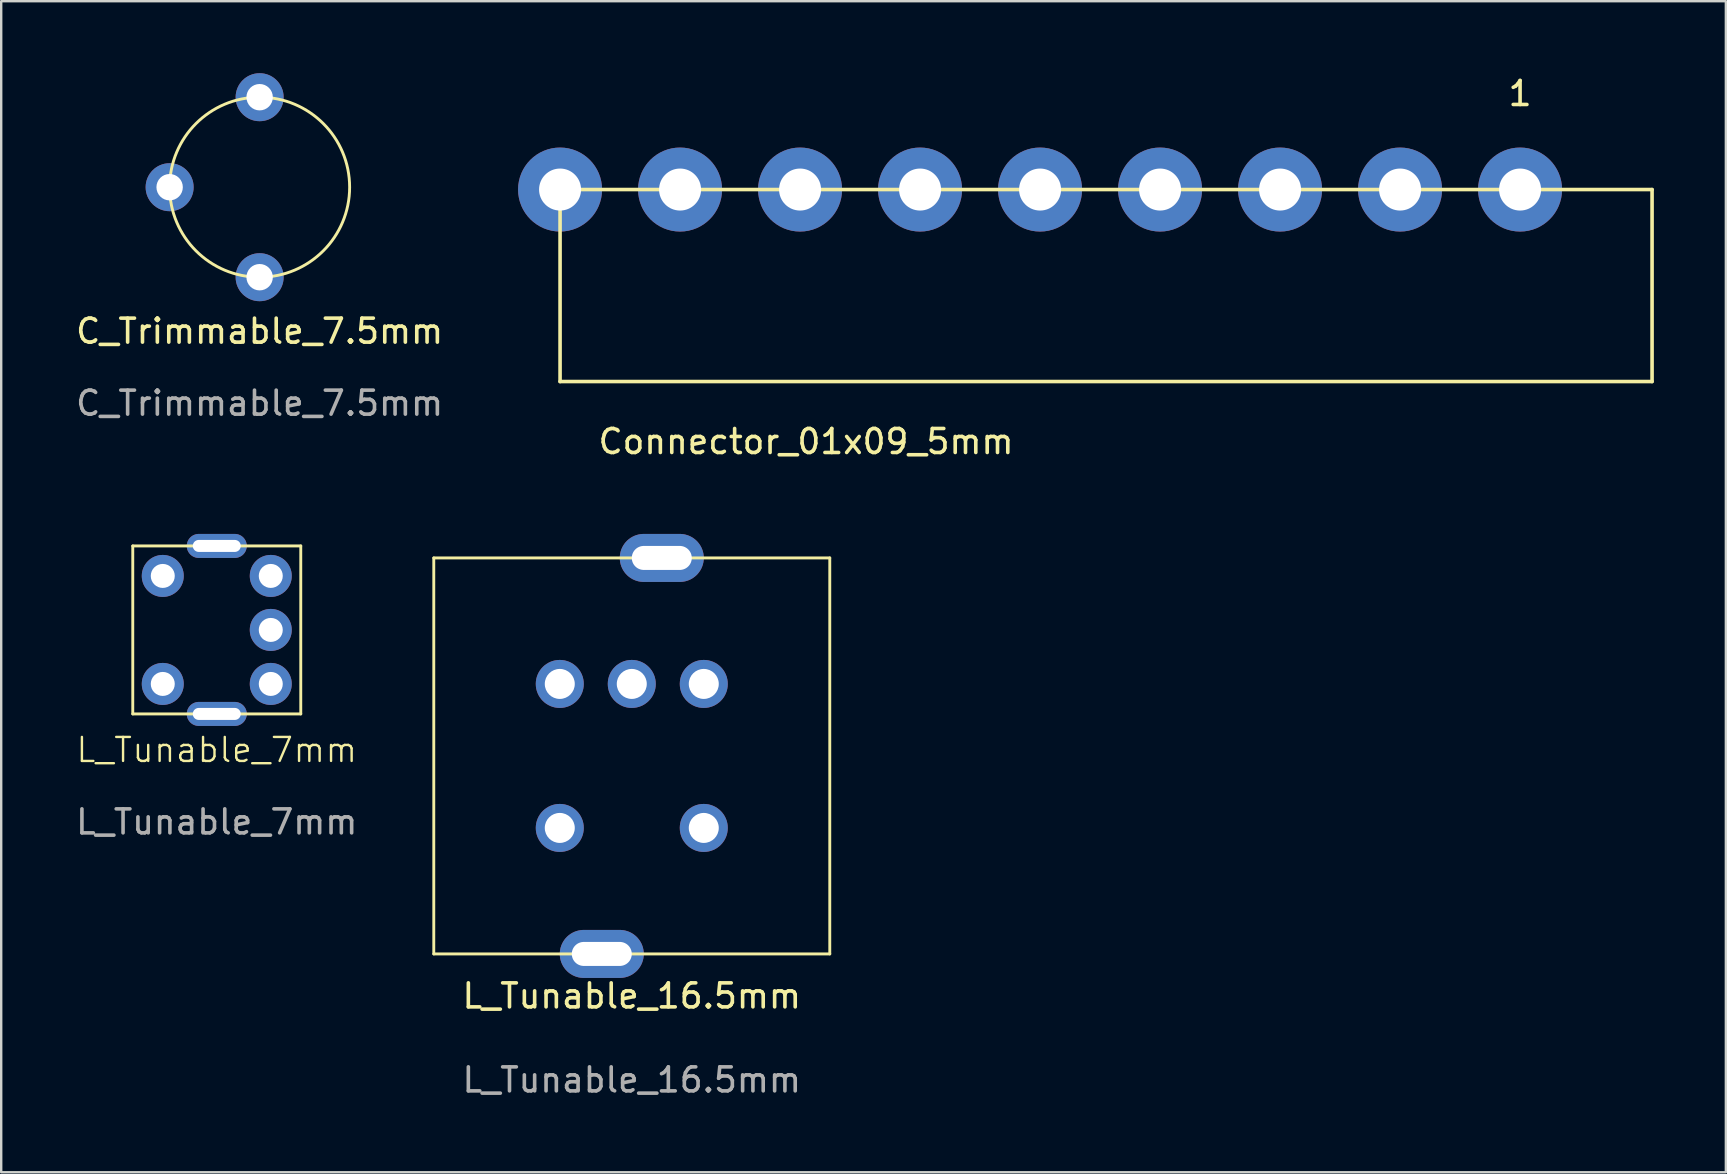
<source format=kicad_pcb>
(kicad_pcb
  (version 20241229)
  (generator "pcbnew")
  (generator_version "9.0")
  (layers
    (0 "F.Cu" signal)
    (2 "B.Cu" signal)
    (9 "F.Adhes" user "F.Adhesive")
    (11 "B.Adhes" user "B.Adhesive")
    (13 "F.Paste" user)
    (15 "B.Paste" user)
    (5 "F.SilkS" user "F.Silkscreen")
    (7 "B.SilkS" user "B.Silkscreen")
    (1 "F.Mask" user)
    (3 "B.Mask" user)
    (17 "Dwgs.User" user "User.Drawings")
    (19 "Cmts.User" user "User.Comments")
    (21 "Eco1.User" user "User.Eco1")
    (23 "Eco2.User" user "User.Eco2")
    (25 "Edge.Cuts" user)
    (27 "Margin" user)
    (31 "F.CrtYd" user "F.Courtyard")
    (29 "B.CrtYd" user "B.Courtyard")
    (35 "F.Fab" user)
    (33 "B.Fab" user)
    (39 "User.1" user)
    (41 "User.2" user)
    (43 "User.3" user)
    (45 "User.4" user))
  (footprint "C_Trimmable_7.5mm"
    (layer "F.Cu")
    (at 7.768 4.75)
    (property "Reference" "C_Trimmable_7.5mm" (at 0 6 0) (unlocked yes) (layer "F.SilkS") (effects (font (size 1 1) (thickness 0.15))))
    (attr through_hole)
    (fp_circle (center 0 0) (end 3.75 0) (stroke (width 0.12) (type default)) (fill no) (layer "F.SilkS"))
    (fp_text user "${REFERENCE}" (at 0 9 0) (unlocked yes) (layer "F.Fab") (effects (font (size 1 1) (thickness 0.15))))
    (pad "1" thru_hole circle (at -3.75 0) (size 2 2) (drill 1.1) (layers "*.Cu" "B.Mask"))
    (pad "2" thru_hole circle (at 0 -3.75) (size 2 2) (drill 1.1) (layers "*.Cu" "B.Mask"))
    (pad "2" thru_hole circle (at 0 3.75) (size 2 2) (drill 1.1) (layers "*.Cu" "B.Mask")))
  (footprint "L_Tunable_7mm"
    (layer "F.Cu")
    (at 5.982 23.197)
    (property "Reference" "L_Tunable_7mm" (at 0 5 0) (unlocked yes) (layer "F.SilkS") (effects (font (size 1 1) (thickness 0.1))))
    (attr through_hole)
    (fp_line (start -3.5 -3.5) (end -1 -3.5) (stroke (width 0.12) (type default)) (layer "F.SilkS"))
    (fp_line (start -3.5 3.5) (end -3.5 -3.5) (stroke (width 0.12) (type default)) (layer "F.SilkS"))
    (fp_line (start -1 3.5) (end -3.5 3.5) (stroke (width 0.12) (type default)) (layer "F.SilkS"))
    (fp_line (start 1 -3.5) (end 3.5 -3.5) (stroke (width 0.12) (type default)) (layer "F.SilkS"))
    (fp_line (start 1 3.5) (end 3.5 3.5) (stroke (width 0.12) (type default)) (layer "F.SilkS"))
    (fp_line (start 3.5 -3.5) (end 3.5 3.5) (stroke (width 0.12) (type default)) (layer "F.SilkS"))
    (fp_text user "${REFERENCE}" (at 0 8 0) (unlocked yes) (layer "F.Fab") (effects (font (size 1 1) (thickness 0.15))))
    (pad "1" thru_hole circle (at 2.25 2.25 90) (size 1.75 1.75) (drill 1) (layers "*.Cu" "B.Mask"))
    (pad "2" thru_hole circle (at 2.25 0 90) (size 1.75 1.75) (drill 1) (layers "*.Cu" "B.Mask"))
    (pad "3" thru_hole circle (at 2.25 -2.25 90) (size 1.75 1.75) (drill 1) (layers "*.Cu" "B.Mask"))
    (pad "4" thru_hole circle (at -2.25 -2.25 90) (size 1.75 1.75) (drill 1) (layers "*.Cu" "B.Mask"))
    (pad "5" thru_hole circle (at -2.25 2.25 90) (size 1.75 1.75) (drill 1) (layers "*.Cu" "B.Mask"))
    (pad "6" thru_hole oval (at 0 -3.5 90) (size 1 2.5) (drill oval 0.5 2) (layers "*.Cu" "B.Mask"))
    (pad "6" thru_hole oval (at 0 3.5 90) (size 1 2.5) (drill oval 0.5 2) (layers "*.Cu" "B.Mask")))
  (footprint "L_Tunable_16.5mm"
    (layer "F.Cu")
    (at 23.274 28.447)
    (property "Reference" "L_Tunable_16.5mm" (at 0 10 0) (unlocked yes) (layer "F.SilkS") (effects (font (size 1 1) (thickness 0.15))))
    (attr through_hole)
    (fp_line (start -8.25 8.25) (end -8.25 -8.25) (stroke (width 0.12) (type default)) (layer "F.SilkS"))
    (fp_line (start -8.25 8.25) (end 8.25 8.25) (stroke (width 0.12) (type default)) (layer "F.SilkS"))
    (fp_line (start 8.25 -8.25) (end -8.25 -8.25) (stroke (width 0.12) (type default)) (layer "F.SilkS"))
    (fp_line (start 8.25 8.25) (end 8.25 -8.25) (stroke (width 0.12) (type default)) (layer "F.SilkS"))
    (fp_text user "${REFERENCE}" (at 0 13.5 0) (unlocked yes) (layer "F.Fab") (effects (font (size 1 1) (thickness 0.15))))
    (pad "1" thru_hole circle (at 3 -3) (size 2 2) (drill 1.25) (layers "*.Cu" "B.Mask"))
    (pad "2" thru_hole circle (at 0 -3) (size 2 2) (drill 1.25) (layers "*.Cu" "B.Mask"))
    (pad "3" thru_hole circle (at -3 -3) (size 2 2) (drill 1.25) (layers "*.Cu" "B.Mask"))
    (pad "4" thru_hole circle (at -3 3) (size 2 2) (drill 1.25) (layers "*.Cu" "B.Mask"))
    (pad "5" thru_hole circle (at 3 3) (size 2 2) (drill 1.25) (layers "*.Cu" "B.Mask"))
    (pad "6" thru_hole oval (at -1.25 8.25 90) (size 2 3.5) (drill oval 1 2.5) (layers "*.Cu" "B.Mask"))
    (pad "6" thru_hole oval (at 1.25 -8.25 90) (size 2 3.5) (drill oval 1 2.5) (layers "*.Cu" "B.Mask")))
  (footprint "Connector_01x09_5mm"
    (layer "F.Cu")
    (at 60.286 4.848)
    (property "Reference" "Connector_01x09_5mm" (at -29.75 10.5 0) (layer "F.SilkS") (effects (font (size 1 1) (thickness 0.15))))
    (attr through_hole)
    (fp_line (start -40 8) (end -40 0) (stroke (width 0.15) (type solid)) (layer "F.SilkS"))
    (fp_line (start -40 8) (end 5.5 8) (stroke (width 0.15) (type solid)) (layer "F.SilkS"))
    (fp_line (start 5.5 0) (end -40 0) (stroke (width 0.15) (type solid)) (layer "F.SilkS"))
    (fp_line (start 5.5 8) (end 5.5 0) (stroke (width 0.15) (type solid)) (layer "F.SilkS"))
    (fp_text user "1" (at 0 -4 0) (layer "F.SilkS") (effects (font (size 1 1) (thickness 0.15))))
    (pad "1" thru_hole circle (at 0 0 180) (size 3.5 3.5) (drill 1.75) (layers "B.Cu" "B.Mask"))
    (pad "2" thru_hole circle (at -5 0 180) (size 3.5 3.5) (drill 1.75) (layers "B.Cu" "B.Mask"))
    (pad "3" thru_hole circle (at -10 0 180) (size 3.5 3.5) (drill 1.75) (layers "B.Cu" "B.Mask"))
    (pad "4" thru_hole circle (at -15 0 180) (size 3.5 3.5) (drill 1.75) (layers "B.Cu" "B.Mask"))
    (pad "5" thru_hole circle (at -20 0 180) (size 3.5 3.5) (drill 1.75) (layers "B.Cu" "B.Mask"))
    (pad "6" thru_hole circle (at -25 0 180) (size 3.5 3.5) (drill 1.75) (layers "B.Cu" "B.Mask"))
    (pad "7" thru_hole circle (at -30 0 180) (size 3.5 3.5) (drill 1.75) (layers "B.Cu" "B.Mask"))
    (pad "8" thru_hole circle (at -35 0 180) (size 3.5 3.5) (drill 1.75) (layers "B.Cu" "B.Mask"))
    (pad "9" thru_hole circle (at -40 0 180) (size 3.5 3.5) (drill 1.75) (layers "B.Cu" "B.Mask")))
  (gr_rect
    (start -3 -3)
    (end 68.861 45.795)
    (stroke (width 0.1) (type default))
    (fill no)
    (layer "Edge.Cuts")))
</source>
